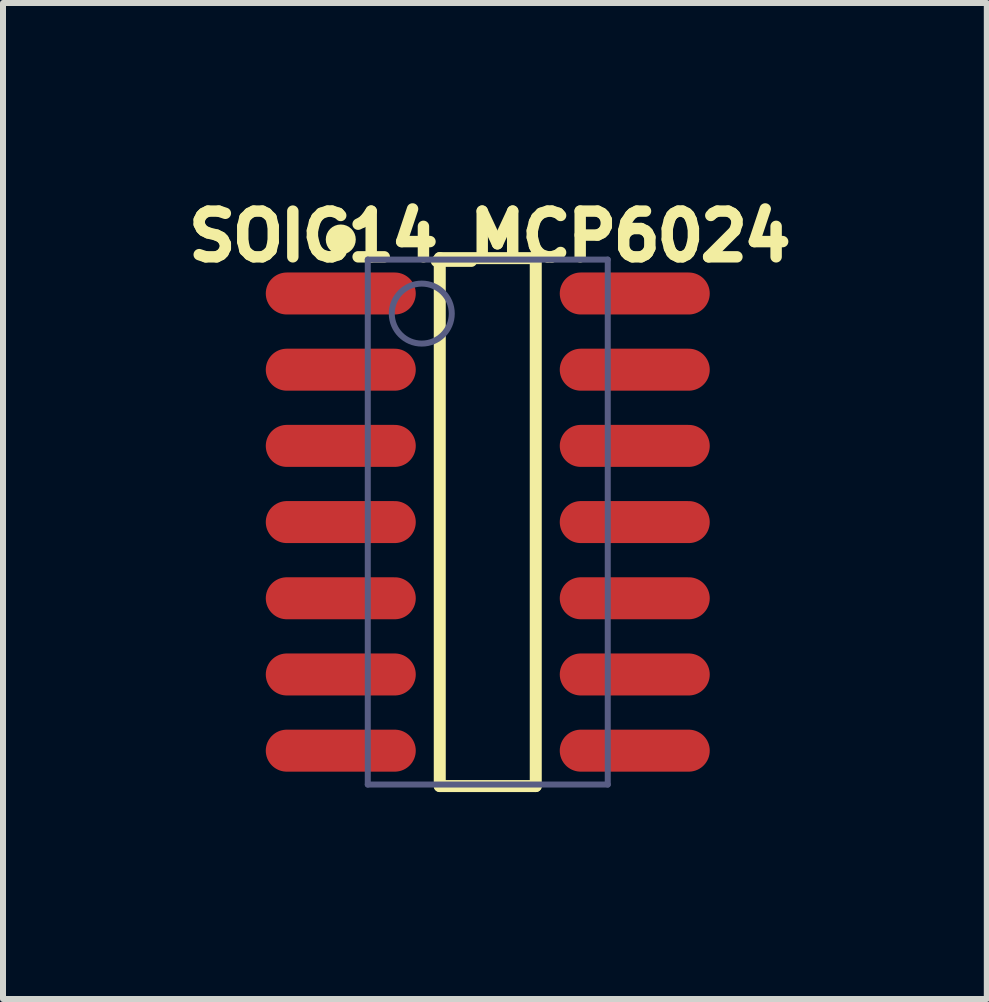
<source format=kicad_pcb>
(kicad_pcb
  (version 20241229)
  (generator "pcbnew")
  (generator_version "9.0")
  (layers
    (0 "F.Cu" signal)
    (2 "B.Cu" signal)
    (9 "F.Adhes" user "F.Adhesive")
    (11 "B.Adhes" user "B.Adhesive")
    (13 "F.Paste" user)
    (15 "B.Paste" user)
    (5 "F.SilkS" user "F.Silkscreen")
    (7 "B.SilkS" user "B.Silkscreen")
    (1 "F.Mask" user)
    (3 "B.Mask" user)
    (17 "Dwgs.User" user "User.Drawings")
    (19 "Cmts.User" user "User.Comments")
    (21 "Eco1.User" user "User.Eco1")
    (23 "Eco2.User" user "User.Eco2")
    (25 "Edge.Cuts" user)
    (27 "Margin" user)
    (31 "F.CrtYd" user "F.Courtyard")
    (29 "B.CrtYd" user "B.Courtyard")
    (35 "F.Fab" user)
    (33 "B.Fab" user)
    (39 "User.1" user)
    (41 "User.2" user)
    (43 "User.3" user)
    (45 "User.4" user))
  (footprint "SOIC14_MCP6024"
    (layer "F.Cu")
    (at 5.08 5.652)
    (property "Reference" "SOIC14_MCP6024" (at -5.08 -4.318 0) (unlocked yes) (layer "F.SilkS") (effects (font (size 0.762 0.762) (thickness 0.254)) (justify left bottom)))
    (fp_line (start -0.8 -4.4) (end 0.8 -4.4) (stroke (width 0.2) (type solid)) (layer "F.SilkS"))
    (fp_line (start -0.8 4.4) (end -0.8 -4.4) (stroke (width 0.2) (type solid)) (layer "F.SilkS"))
    (fp_line (start -0.8 4.4) (end 0.8 4.4) (stroke (width 0.2) (type solid)) (layer "F.SilkS"))
    (fp_line (start 0.8 4.4) (end 0.8 -4.4) (stroke (width 0.2) (type solid)) (layer "F.SilkS"))
    (fp_circle (center -2.45 -4.71) (end -2.45 -4.835) (stroke (width 0.25) (type solid)) (fill no) (layer "F.SilkS"))
    (fp_line (start -4.2 -4.9) (end 4.2 -4.9) (stroke (width 0.1) (type solid)) (layer "Eco1.User"))
    (fp_line (start -4.2 4.9) (end -4.2 -4.9) (stroke (width 0.1) (type solid)) (layer "Eco1.User"))
    (fp_line (start -4.2 4.9) (end 4.2 4.9) (stroke (width 0.1) (type solid)) (layer "Eco1.User"))
    (fp_line (start -0.5 0) (end 0.5 0) (stroke (width 0.1) (type solid)) (layer "Eco1.User"))
    (fp_line (start 0 0.5) (end 0 -0.5) (stroke (width 0.1) (type solid)) (layer "Eco1.User"))
    (fp_line (start 4.2 4.9) (end 4.2 -4.9) (stroke (width 0.1) (type solid)) (layer "Eco1.User"))
    (fp_line (start -2 -4.375) (end 2 -4.375) (stroke (width 0.1) (type solid)) (layer "B.Fab"))
    (fp_line (start -2 4.375) (end -2 -4.375) (stroke (width 0.1) (type solid)) (layer "B.Fab"))
    (fp_line (start -2 4.375) (end 2 4.375) (stroke (width 0.1) (type solid)) (layer "B.Fab"))
    (fp_line (start 2 4.375) (end 2 -4.375) (stroke (width 0.1) (type solid)) (layer "B.Fab"))
    (fp_circle (center -1.1 -3.475) (end -1.1 -3.975) (stroke (width 0.1) (type solid)) (fill no) (layer "B.Fab"))
    (pad "1" smd oval (at -2.45 -3.81 90) (size 0.7 2.5) (layers "F.Cu" "F.Mask" "F.Paste"))
    (pad "2" smd oval (at -2.45 -2.54 90) (size 0.7 2.5) (layers "F.Cu" "F.Mask" "F.Paste"))
    (pad "3" smd oval (at -2.45 -1.27 90) (size 0.7 2.5) (layers "F.Cu" "F.Mask" "F.Paste"))
    (pad "4" smd oval (at -2.45 0 90) (size 0.7 2.5) (layers "F.Cu" "F.Mask" "F.Paste"))
    (pad "5" smd oval (at -2.45 1.27 90) (size 0.7 2.5) (layers "F.Cu" "F.Mask" "F.Paste"))
    (pad "6" smd oval (at -2.45 2.54 90) (size 0.7 2.5) (layers "F.Cu" "F.Mask" "F.Paste"))
    (pad "7" smd oval (at -2.45 3.81 90) (size 0.7 2.5) (layers "F.Cu" "F.Mask" "F.Paste"))
    (pad "8" smd oval (at 2.45 3.81 90) (size 0.7 2.5) (layers "F.Cu" "F.Mask" "F.Paste"))
    (pad "9" smd oval (at 2.45 2.54 90) (size 0.7 2.5) (layers "F.Cu" "F.Mask" "F.Paste"))
    (pad "10" smd oval (at 2.45 1.27 90) (size 0.7 2.5) (layers "F.Cu" "F.Mask" "F.Paste"))
    (pad "11" smd oval (at 2.45 0 90) (size 0.7 2.5) (layers "F.Cu" "F.Mask" "F.Paste"))
    (pad "12" smd oval (at 2.45 -1.27 90) (size 0.7 2.5) (layers "F.Cu" "F.Mask" "F.Paste"))
    (pad "13" smd oval (at 2.45 -2.54 90) (size 0.7 2.5) (layers "F.Cu" "F.Mask" "F.Paste"))
    (pad "14" smd oval (at 2.45 -3.81 90) (size 0.7 2.5) (layers "F.Cu" "F.Mask" "F.Paste")))
  (gr_rect
    (start -3 -3)
    (end 13.398 13.601)
    (stroke (width 0.1) (type default))
    (fill no)
    (layer "Edge.Cuts")))
</source>
